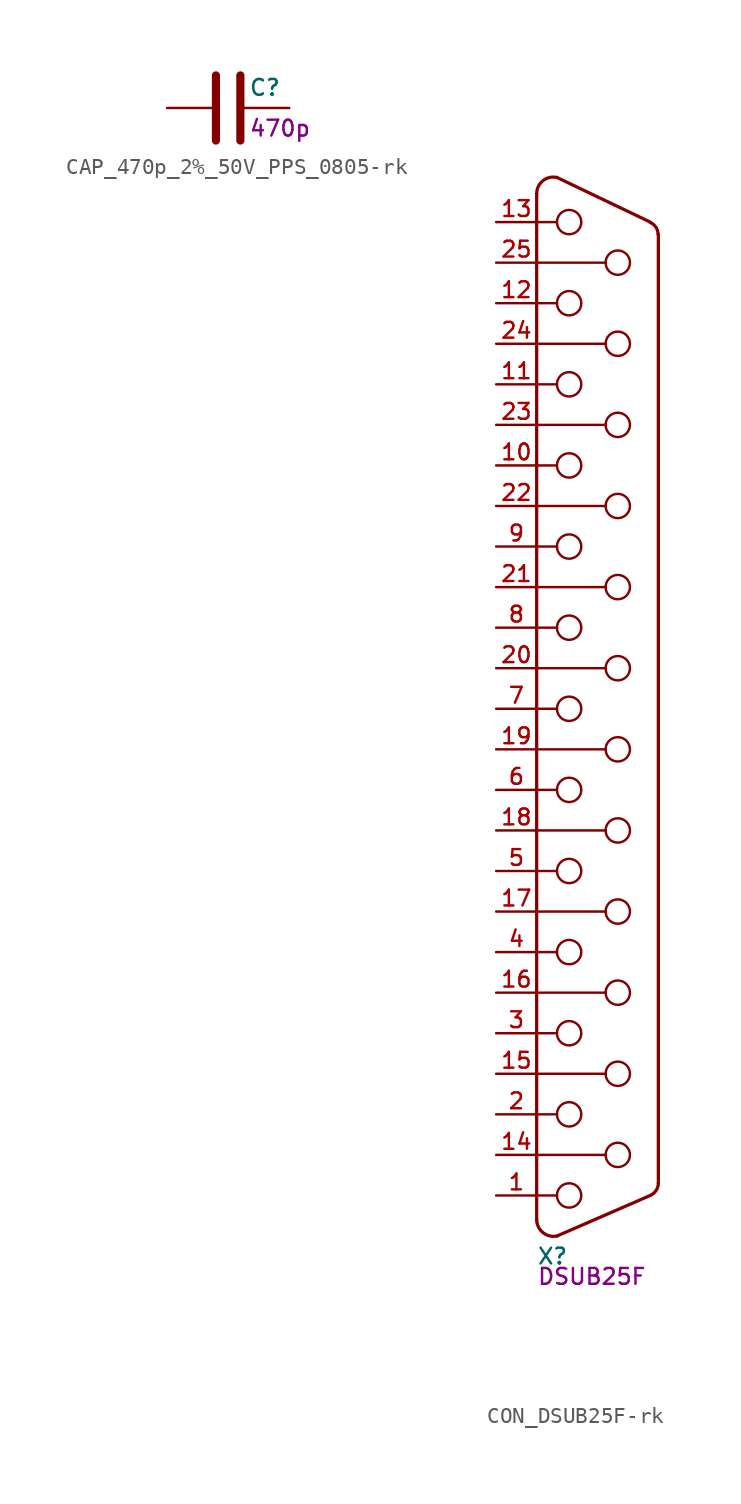
<source format=kicad_sym>
(kicad_symbol_lib
  (version 20211014)
  (generator kicad_symbol_editor)
  (symbol "CAP_470p_2%_50V_PPS_0805-rk"
    (pin_numbers hide)
    (pin_names
      (offset 0.254))
    (property "Reference" "C"
      (at 1.27 1.27 0)
      (effects (font (size 0.991 0.991)) (justify left)))
    (property "Value1" "470p"
      (at 1.27 -1.27 0)
      (effects (font (size 0.991 0.991)) (justify left)))
    (symbol "CAP_470p_2%_50V_PPS_0805-rk_0_1"
      (polyline (pts (xy -0.762 -2.032) (xy -0.762 2.032)) (stroke (width 0.508) (type default) (color 0 0 0 0)) (fill (type none)))
      (polyline (pts (xy 0.762 -2.032) (xy 0.762 2.032)) (stroke (width 0.508) (type default) (color 0 0 0 0)) (fill (type none))))
    (symbol "CAP_470p_2%_50V_PPS_0805-rk_1_1"
      (pin passive line (at -3.81 0 0) (length 2.794) (name "~" (effects (font (size 1.27 1.27)))) (number "1" (effects (font (size 1.27 1.27)))))
      (pin passive line (at 3.81 0 180) (length 2.794) (name "~" (effects (font (size 1.27 1.27)))) (number "2" (effects (font (size 1.27 1.27)))))))
  (symbol "CON_DSUB25F-rk"
    (pin_names
      (offset 1.016) hide)
    (property "Reference" "X"
      (at -3.81 -34.29 0)
      (effects (font (size 0.991 0.991)) (justify left)))
    (property "Datasheet" ""
      (at -3.81 -34.29 0)
      (effects (font (size 1.27 1.27))))
    (property "Value1" "DSUB25F"
      (at -3.81 -35.56 0)
      (effects (font (size 0.991 0.991)) (justify left)))
    (symbol "CON_DSUB25F-rk_0_1"
      (arc (start -3.81 -32.004) (mid -3.4118 -32.8103) (end -2.54 -33.02) (stroke (width 0.2032) (type default) (color 0 0 0 0)) (fill (type none)))
      (arc (start -2.54 33.274) (mid -3.4192 33.0712) (end -3.81 32.258) (stroke (width 0.2032) (type default) (color 0 0 0 0)) (fill (type none)))
      (circle (center -1.778 -30.48) (radius 0.762) (stroke (width 0) (type default) (color 0 0 0 0)) (fill (type none)))
      (circle (center -1.778 -25.4) (radius 0.762) (stroke (width 0) (type default) (color 0 0 0 0)) (fill (type none)))
      (circle (center -1.778 -20.32) (radius 0.762) (stroke (width 0) (type default) (color 0 0 0 0)) (fill (type none)))
      (circle (center -1.778 -15.24) (radius 0.762) (stroke (width 0) (type default) (color 0 0 0 0)) (fill (type none)))
      (circle (center -1.778 -10.16) (radius 0.762) (stroke (width 0) (type default) (color 0 0 0 0)) (fill (type none)))
      (circle (center -1.778 -5.08) (radius 0.762) (stroke (width 0) (type default) (color 0 0 0 0)) (fill (type none)))
      (circle (center -1.778 0) (radius 0.762) (stroke (width 0) (type default) (color 0 0 0 0)) (fill (type none)))
      (circle (center -1.778 5.08) (radius 0.762) (stroke (width 0) (type default) (color 0 0 0 0)) (fill (type none)))
      (circle (center -1.778 10.16) (radius 0.762) (stroke (width 0) (type default) (color 0 0 0 0)) (fill (type none)))
      (circle (center -1.778 15.24) (radius 0.762) (stroke (width 0) (type default) (color 0 0 0 0)) (fill (type none)))
      (circle (center -1.778 20.32) (radius 0.762) (stroke (width 0) (type default) (color 0 0 0 0)) (fill (type none)))
      (circle (center -1.778 25.4) (radius 0.762) (stroke (width 0) (type default) (color 0 0 0 0)) (fill (type none)))
      (circle (center -1.778 30.48) (radius 0.762) (stroke (width 0) (type default) (color 0 0 0 0)) (fill (type none)))
      (polyline (pts (xy -3.81 -32.004) (xy -3.81 32.258)) (stroke (width 0.203) (type default) (color 0 0 0 0)) (fill (type none)))
      (polyline (pts (xy -3.81 -30.48) (xy -2.54 -30.48)) (stroke (width 0) (type default) (color 0 0 0 0)) (fill (type none)))
      (polyline (pts (xy -3.81 -27.94) (xy 0.508 -27.94)) (stroke (width 0) (type default) (color 0 0 0 0)) (fill (type none)))
      (polyline (pts (xy -3.81 -25.4) (xy -2.54 -25.4)) (stroke (width 0) (type default) (color 0 0 0 0)) (fill (type none)))
      (polyline (pts (xy -3.81 -22.86) (xy 0.508 -22.86)) (stroke (width 0) (type default) (color 0 0 0 0)) (fill (type none)))
      (polyline (pts (xy -3.81 -20.32) (xy -2.54 -20.32)) (stroke (width 0) (type default) (color 0 0 0 0)) (fill (type none)))
      (polyline (pts (xy -3.81 -17.78) (xy 0.508 -17.78)) (stroke (width 0) (type default) (color 0 0 0 0)) (fill (type none)))
      (polyline (pts (xy -3.81 -15.24) (xy -2.54 -15.24)) (stroke (width 0) (type default) (color 0 0 0 0)) (fill (type none)))
      (polyline (pts (xy -3.81 -12.7) (xy 0.508 -12.7)) (stroke (width 0) (type default) (color 0 0 0 0)) (fill (type none)))
      (polyline (pts (xy -3.81 -10.16) (xy -2.54 -10.16)) (stroke (width 0) (type default) (color 0 0 0 0)) (fill (type none)))
      (polyline (pts (xy -3.81 -7.62) (xy 0.508 -7.62)) (stroke (width 0) (type default) (color 0 0 0 0)) (fill (type none)))
      (polyline (pts (xy -3.81 -5.08) (xy -2.54 -5.08)) (stroke (width 0) (type default) (color 0 0 0 0)) (fill (type none)))
      (polyline (pts (xy -3.81 -2.54) (xy 0.508 -2.54)) (stroke (width 0) (type default) (color 0 0 0 0)) (fill (type none)))
      (polyline (pts (xy -3.81 0) (xy -2.54 0)) (stroke (width 0) (type default) (color 0 0 0 0)) (fill (type none)))
      (polyline (pts (xy -3.81 2.54) (xy 0.508 2.54)) (stroke (width 0) (type default) (color 0 0 0 0)) (fill (type none)))
      (polyline (pts (xy -3.81 5.08) (xy -2.54 5.08)) (stroke (width 0) (type default) (color 0 0 0 0)) (fill (type none)))
      (polyline (pts (xy -3.81 7.62) (xy 0.508 7.62)) (stroke (width 0) (type default) (color 0 0 0 0)) (fill (type none)))
      (polyline (pts (xy -3.81 10.16) (xy -2.54 10.16)) (stroke (width 0) (type default) (color 0 0 0 0)) (fill (type none)))
      (polyline (pts (xy -3.81 12.7) (xy 0.508 12.7)) (stroke (width 0) (type default) (color 0 0 0 0)) (fill (type none)))
      (polyline (pts (xy -3.81 15.24) (xy -2.54 15.24)) (stroke (width 0) (type default) (color 0 0 0 0)) (fill (type none)))
      (polyline (pts (xy -3.81 17.78) (xy 0.508 17.78)) (stroke (width 0) (type default) (color 0 0 0 0)) (fill (type none)))
      (polyline (pts (xy -3.81 20.32) (xy -2.54 20.32)) (stroke (width 0) (type default) (color 0 0 0 0)) (fill (type none)))
      (polyline (pts (xy -3.81 22.86) (xy 0.508 22.86)) (stroke (width 0) (type default) (color 0 0 0 0)) (fill (type none)))
      (polyline (pts (xy -3.81 25.4) (xy -2.54 25.4)) (stroke (width 0) (type default) (color 0 0 0 0)) (fill (type none)))
      (polyline (pts (xy -3.81 27.94) (xy 0.508 27.94)) (stroke (width 0) (type default) (color 0 0 0 0)) (fill (type none)))
      (polyline (pts (xy -3.81 30.48) (xy -2.54 30.48)) (stroke (width 0) (type default) (color 0 0 0 0)) (fill (type none)))
      (polyline (pts (xy -2.54 -33.02) (xy 3.302 -30.48)) (stroke (width 0.203) (type default) (color 0 0 0 0)) (fill (type none)))
      (polyline (pts (xy 3.302 30.48) (xy -2.54 33.274)) (stroke (width 0.203) (type default) (color 0 0 0 0)) (fill (type none)))
      (polyline (pts (xy 3.81 -29.718) (xy 3.81 29.718)) (stroke (width 0.203) (type default) (color 0 0 0 0)) (fill (type background)))
      (circle (center 1.27 -27.94) (radius 0.762) (stroke (width 0) (type default) (color 0 0 0 0)) (fill (type none)))
      (circle (center 1.27 -22.86) (radius 0.762) (stroke (width 0) (type default) (color 0 0 0 0)) (fill (type none)))
      (circle (center 1.27 -17.78) (radius 0.762) (stroke (width 0) (type default) (color 0 0 0 0)) (fill (type none)))
      (circle (center 1.27 -12.7) (radius 0.762) (stroke (width 0) (type default) (color 0 0 0 0)) (fill (type none)))
      (circle (center 1.27 -7.62) (radius 0.762) (stroke (width 0) (type default) (color 0 0 0 0)) (fill (type none)))
      (circle (center 1.27 -2.54) (radius 0.762) (stroke (width 0) (type default) (color 0 0 0 0)) (fill (type none)))
      (circle (center 1.27 2.54) (radius 0.762) (stroke (width 0) (type default) (color 0 0 0 0)) (fill (type none)))
      (circle (center 1.27 7.62) (radius 0.762) (stroke (width 0) (type default) (color 0 0 0 0)) (fill (type none)))
      (circle (center 1.27 12.7) (radius 0.762) (stroke (width 0) (type default) (color 0 0 0 0)) (fill (type none)))
      (circle (center 1.27 17.78) (radius 0.762) (stroke (width 0) (type default) (color 0 0 0 0)) (fill (type none)))
      (circle (center 1.27 22.86) (radius 0.762) (stroke (width 0) (type default) (color 0 0 0 0)) (fill (type none)))
      (circle (center 1.27 27.94) (radius 0.762) (stroke (width 0) (type default) (color 0 0 0 0)) (fill (type none)))
      (arc (start 3.302 -30.48) (mid 3.6653 -30.1718) (end 3.81 -29.718) (stroke (width 0.2032) (type default) (color 0 0 0 0)) (fill (type none)))
      (arc (start 3.7846 29.718) (mid 3.654 30.1598) (end 3.302 30.4546) (stroke (width 0.2032) (type default) (color 0 0 0 0)) (fill (type none))))
    (symbol "CON_DSUB25F-rk_1_1"
      (pin passive line (at -6.35 -30.48 0) (length 2.54) (name "1" (effects (font (size 0.991 0.991)))) (number "1" (effects (font (size 0.991 0.991)))))
      (pin passive line (at -6.35 15.24 0) (length 2.54) (name "10" (effects (font (size 0.991 0.991)))) (number "10" (effects (font (size 0.991 0.991)))))
      (pin passive line (at -6.35 20.32 0) (length 2.54) (name "11" (effects (font (size 0.991 0.991)))) (number "11" (effects (font (size 0.991 0.991)))))
      (pin passive line (at -6.35 25.4 0) (length 2.54) (name "12" (effects (font (size 0.991 0.991)))) (number "12" (effects (font (size 0.991 0.991)))))
      (pin passive line (at -6.35 30.48 0) (length 2.54) (name "13" (effects (font (size 0.991 0.991)))) (number "13" (effects (font (size 0.991 0.991)))))
      (pin passive line (at -6.35 -27.94 0) (length 2.54) (name "P14" (effects (font (size 0.991 0.991)))) (number "14" (effects (font (size 0.991 0.991)))))
      (pin passive line (at -6.35 -22.86 0) (length 2.54) (name "P15" (effects (font (size 0.991 0.991)))) (number "15" (effects (font (size 0.991 0.991)))))
      (pin passive line (at -6.35 -17.78 0) (length 2.54) (name "P16" (effects (font (size 0.991 0.991)))) (number "16" (effects (font (size 0.991 0.991)))))
      (pin passive line (at -6.35 -12.7 0) (length 2.54) (name "P17" (effects (font (size 0.991 0.991)))) (number "17" (effects (font (size 0.991 0.991)))))
      (pin passive line (at -6.35 -7.62 0) (length 2.54) (name "P18" (effects (font (size 0.991 0.991)))) (number "18" (effects (font (size 0.991 0.991)))))
      (pin passive line (at -6.35 -2.54 0) (length 2.54) (name "P19" (effects (font (size 0.991 0.991)))) (number "19" (effects (font (size 0.991 0.991)))))
      (pin passive line (at -6.35 -25.4 0) (length 2.54) (name "2" (effects (font (size 0.991 0.991)))) (number "2" (effects (font (size 0.991 0.991)))))
      (pin passive line (at -6.35 2.54 0) (length 2.54) (name "P20" (effects (font (size 0.991 0.991)))) (number "20" (effects (font (size 0.991 0.991)))))
      (pin passive line (at -6.35 7.62 0) (length 2.54) (name "P21" (effects (font (size 0.991 0.991)))) (number "21" (effects (font (size 0.991 0.991)))))
      (pin passive line (at -6.35 12.7 0) (length 2.54) (name "P22" (effects (font (size 0.991 0.991)))) (number "22" (effects (font (size 0.991 0.991)))))
      (pin passive line (at -6.35 17.78 0) (length 2.54) (name "P23" (effects (font (size 0.991 0.991)))) (number "23" (effects (font (size 0.991 0.991)))))
      (pin passive line (at -6.35 22.86 0) (length 2.54) (name "P24" (effects (font (size 0.991 0.991)))) (number "24" (effects (font (size 0.991 0.991)))))
      (pin passive line (at -6.35 27.94 0) (length 2.54) (name "P25" (effects (font (size 0.991 0.991)))) (number "25" (effects (font (size 0.991 0.991)))))
      (pin passive line (at -6.35 -20.32 0) (length 2.54) (name "3" (effects (font (size 0.991 0.991)))) (number "3" (effects (font (size 0.991 0.991)))))
      (pin passive line (at -6.35 -15.24 0) (length 2.54) (name "4" (effects (font (size 0.991 0.991)))) (number "4" (effects (font (size 0.991 0.991)))))
      (pin passive line (at -6.35 -10.16 0) (length 2.54) (name "5" (effects (font (size 0.991 0.991)))) (number "5" (effects (font (size 0.991 0.991)))))
      (pin passive line (at -6.35 -5.08 0) (length 2.54) (name "6" (effects (font (size 0.991 0.991)))) (number "6" (effects (font (size 0.991 0.991)))))
      (pin passive line (at -6.35 0 0) (length 2.54) (name "7" (effects (font (size 0.991 0.991)))) (number "7" (effects (font (size 0.991 0.991)))))
      (pin passive line (at -6.35 5.08 0) (length 2.54) (name "8" (effects (font (size 0.991 0.991)))) (number "8" (effects (font (size 0.991 0.991)))))
      (pin passive line (at -6.35 10.16 0) (length 2.54) (name "9" (effects (font (size 0.991 0.991)))) (number "9" (effects (font (size 0.991 0.991))))))))
</source>
